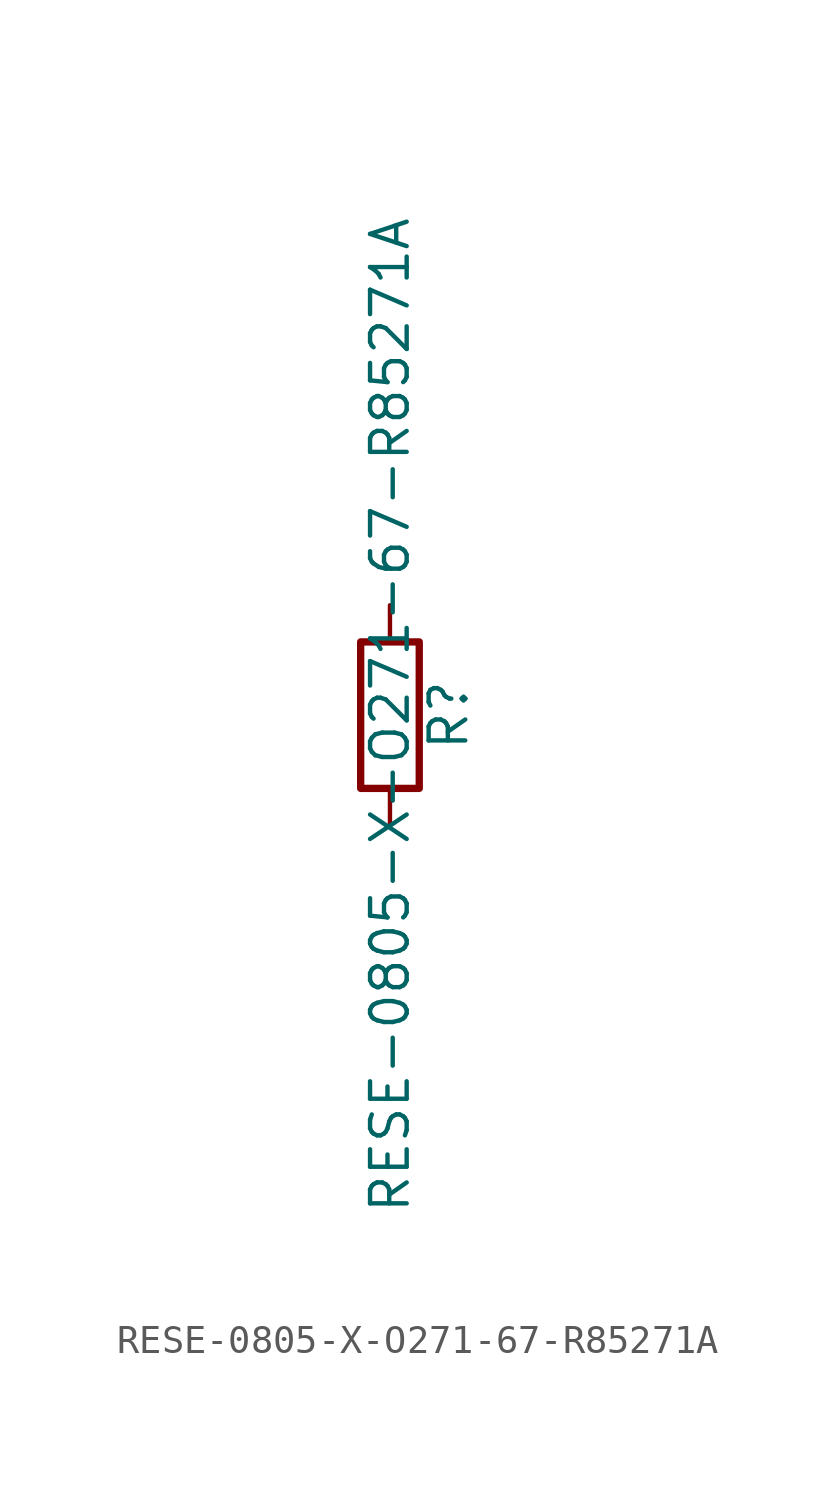
<source format=kicad_sym>
(kicad_symbol_lib
  (version 20211014)
  (generator kicad_symbol_editor)
  (symbol "RESE-0805-X-O271-67-R85271A"
    (pin_numbers hide)
    (pin_names
      (offset 0))
    (property "Reference" "R"
      (at 2.032 0 90)
      (effects (font (size 1.27 1.27))))
    (property "Value" "RESE-0805-X-O271-67-R85271A"
      (at 0 0 90)
      (effects (font (size 1.27 1.27))))
    (symbol "RESE-0805-X-O271-67-R85271A_0_1"
      (rectangle (start -1.016 -2.54) (end 1.016 2.54) (stroke (width 0.254) (type default) (color 0 0 0 0)) (fill (type none))))
    (symbol "RESE-0805-X-O271-67-R85271A_1_1"
      (pin passive line (at 0 3.81 270) (length 1.27) (name "~" (effects (font (size 1.27 1.27)))) (number "1" (effects (font (size 1.27 1.27)))))
      (pin passive line (at 0 -3.81 90) (length 1.27) (name "~" (effects (font (size 1.27 1.27)))) (number "2" (effects (font (size 1.27 1.27))))))))
</source>
